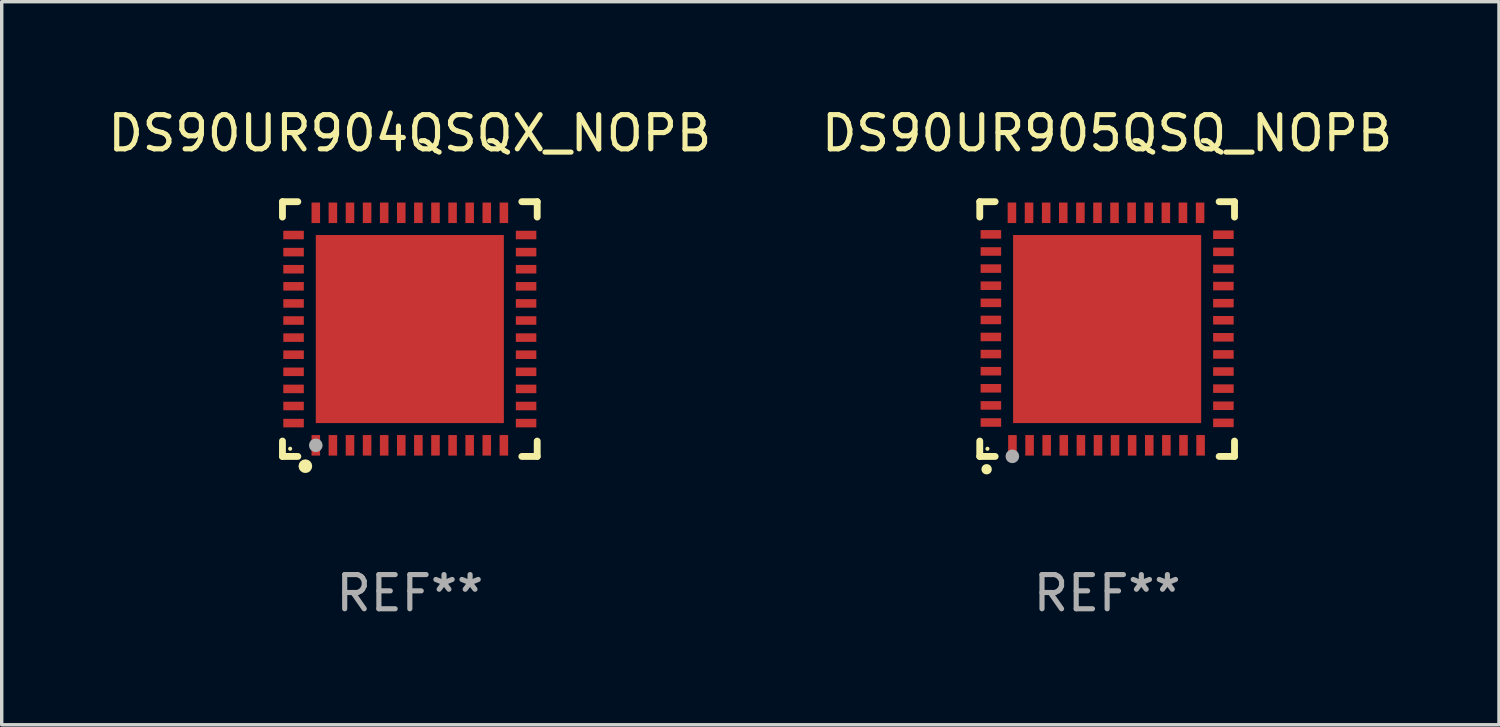
<source format=kicad_pcb>
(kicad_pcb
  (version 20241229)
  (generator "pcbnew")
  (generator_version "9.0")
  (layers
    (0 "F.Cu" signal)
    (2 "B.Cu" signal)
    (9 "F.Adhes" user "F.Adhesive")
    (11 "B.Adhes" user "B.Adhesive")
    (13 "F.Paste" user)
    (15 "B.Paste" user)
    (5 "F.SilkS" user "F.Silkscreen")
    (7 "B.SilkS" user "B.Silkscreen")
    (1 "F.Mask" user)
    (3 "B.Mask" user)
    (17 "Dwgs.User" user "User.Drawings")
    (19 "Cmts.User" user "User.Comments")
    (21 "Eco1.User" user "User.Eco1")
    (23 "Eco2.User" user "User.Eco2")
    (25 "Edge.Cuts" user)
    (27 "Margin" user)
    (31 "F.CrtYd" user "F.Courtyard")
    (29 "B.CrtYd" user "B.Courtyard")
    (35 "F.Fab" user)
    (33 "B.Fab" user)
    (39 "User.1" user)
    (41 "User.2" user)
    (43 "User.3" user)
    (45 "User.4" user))
  (footprint "DS90UR904QSQX_NOPB"
    (layer "F.Cu")
    (at 8.935 6.573)
    (property "Reference" "DS90UR904QSQX_NOPB" (at 0 -5.725 0) (layer "F.SilkS") (effects (font (size 1 1) (thickness 0.15))))
    (attr through_hole)
    (fp_line (start -3.725 -3.725) (end -3.275 -3.725) (stroke (width 0.2) (type solid)) (layer "F.SilkS"))
    (fp_line (start -3.725 -3.275) (end -3.725 -3.725) (stroke (width 0.2) (type solid)) (layer "F.SilkS"))
    (fp_line (start -3.725 3.725) (end -3.725 3.275) (stroke (width 0.2) (type solid)) (layer "F.SilkS"))
    (fp_line (start -3.275 3.725) (end -3.725 3.725) (stroke (width 0.2) (type solid)) (layer "F.SilkS"))
    (fp_line (start 3.275 3.725) (end 3.725 3.725) (stroke (width 0.2) (type solid)) (layer "F.SilkS"))
    (fp_line (start 3.725 -3.725) (end 3.275 -3.725) (stroke (width 0.2) (type solid)) (layer "F.SilkS"))
    (fp_line (start 3.725 -3.275) (end 3.725 -3.725) (stroke (width 0.2) (type solid)) (layer "F.SilkS"))
    (fp_line (start 3.725 3.725) (end 3.725 3.275) (stroke (width 0.2) (type solid)) (layer "F.SilkS"))
    (fp_circle (center -3.5 3.5) (end -3.47 3.5) (stroke (width 0.06) (type solid)) (fill no) (layer "F.SilkS"))
    (fp_circle (center -3.055 4.01) (end -2.955 4.01) (stroke (width 0.2) (type solid)) (fill no) (layer "F.SilkS"))
    (fp_circle (center -2.75 3.4) (end -2.65 3.4) (stroke (width 0.2) (type solid)) (fill no) (layer "F.Fab"))
    (fp_text user "REF**" (at 0 7.725 0) (layer "F.Fab") (effects (font (size 1 1) (thickness 0.15))))
    (pad "1" smd rect (at -2.75 3.4 180) (size 0.25 0.6) (layers "F.Cu" "F.Mask" "F.Paste"))
    (pad "2" smd rect (at -2.25 3.4 180) (size 0.25 0.6) (layers "F.Cu" "F.Mask" "F.Paste"))
    (pad "3" smd rect (at -1.75 3.4 180) (size 0.25 0.6) (layers "F.Cu" "F.Mask" "F.Paste"))
    (pad "4" smd rect (at -1.25 3.4 180) (size 0.25 0.6) (layers "F.Cu" "F.Mask" "F.Paste"))
    (pad "5" smd rect (at -0.75 3.4 180) (size 0.25 0.6) (layers "F.Cu" "F.Mask" "F.Paste"))
    (pad "6" smd rect (at -0.25 3.4 180) (size 0.25 0.6) (layers "F.Cu" "F.Mask" "F.Paste"))
    (pad "7" smd rect (at 0.25 3.4 180) (size 0.25 0.6) (layers "F.Cu" "F.Mask" "F.Paste"))
    (pad "8" smd rect (at 0.75 3.4 180) (size 0.25 0.6) (layers "F.Cu" "F.Mask" "F.Paste"))
    (pad "9" smd rect (at 1.25 3.4 180) (size 0.25 0.6) (layers "F.Cu" "F.Mask" "F.Paste"))
    (pad "10" smd rect (at 1.75 3.4 180) (size 0.25 0.6) (layers "F.Cu" "F.Mask" "F.Paste"))
    (pad "11" smd rect (at 2.25 3.4 180) (size 0.25 0.6) (layers "F.Cu" "F.Mask" "F.Paste"))
    (pad "12" smd rect (at 2.75 3.4 180) (size 0.25 0.6) (layers "F.Cu" "F.Mask" "F.Paste"))
    (pad "13" smd rect (at 3.4 2.75 90) (size 0.25 0.6) (layers "F.Cu" "F.Mask" "F.Paste"))
    (pad "14" smd rect (at 3.4 2.25 90) (size 0.25 0.6) (layers "F.Cu" "F.Mask" "F.Paste"))
    (pad "15" smd rect (at 3.4 1.75 90) (size 0.25 0.6) (layers "F.Cu" "F.Mask" "F.Paste"))
    (pad "16" smd rect (at 3.4 1.25 90) (size 0.25 0.6) (layers "F.Cu" "F.Mask" "F.Paste"))
    (pad "17" smd rect (at 3.4 0.75 90) (size 0.25 0.6) (layers "F.Cu" "F.Mask" "F.Paste"))
    (pad "18" smd rect (at 3.4 0.25 90) (size 0.25 0.6) (layers "F.Cu" "F.Mask" "F.Paste"))
    (pad "19" smd rect (at 3.4 -0.25 90) (size 0.25 0.6) (layers "F.Cu" "F.Mask" "F.Paste"))
    (pad "20" smd rect (at 3.4 -0.75 90) (size 0.25 0.6) (layers "F.Cu" "F.Mask" "F.Paste"))
    (pad "21" smd rect (at 3.4 -1.25 90) (size 0.25 0.6) (layers "F.Cu" "F.Mask" "F.Paste"))
    (pad "22" smd rect (at 3.4 -1.75 90) (size 0.25 0.6) (layers "F.Cu" "F.Mask" "F.Paste"))
    (pad "23" smd rect (at 3.4 -2.25 90) (size 0.25 0.6) (layers "F.Cu" "F.Mask" "F.Paste"))
    (pad "24" smd rect (at 3.4 -2.75 90) (size 0.25 0.6) (layers "F.Cu" "F.Mask" "F.Paste"))
    (pad "25" smd rect (at 2.75 -3.4 180) (size 0.25 0.6) (layers "F.Cu" "F.Mask" "F.Paste"))
    (pad "26" smd rect (at 2.25 -3.4 180) (size 0.25 0.6) (layers "F.Cu" "F.Mask" "F.Paste"))
    (pad "27" smd rect (at 1.75 -3.4 180) (size 0.25 0.6) (layers "F.Cu" "F.Mask" "F.Paste"))
    (pad "28" smd rect (at 1.25 -3.4 180) (size 0.25 0.6) (layers "F.Cu" "F.Mask" "F.Paste"))
    (pad "29" smd rect (at 0.75 -3.4 180) (size 0.25 0.6) (layers "F.Cu" "F.Mask" "F.Paste"))
    (pad "30" smd rect (at 0.25 -3.4 180) (size 0.25 0.6) (layers "F.Cu" "F.Mask" "F.Paste"))
    (pad "31" smd rect (at -0.25 -3.4 180) (size 0.25 0.6) (layers "F.Cu" "F.Mask" "F.Paste"))
    (pad "32" smd rect (at -0.75 -3.4 180) (size 0.25 0.6) (layers "F.Cu" "F.Mask" "F.Paste"))
    (pad "33" smd rect (at -1.25 -3.4 180) (size 0.25 0.6) (layers "F.Cu" "F.Mask" "F.Paste"))
    (pad "34" smd rect (at -1.75 -3.4 180) (size 0.25 0.6) (layers "F.Cu" "F.Mask" "F.Paste"))
    (pad "35" smd rect (at -2.25 -3.4 180) (size 0.25 0.6) (layers "F.Cu" "F.Mask" "F.Paste"))
    (pad "36" smd rect (at -2.75 -3.4 180) (size 0.25 0.6) (layers "F.Cu" "F.Mask" "F.Paste"))
    (pad "37" smd rect (at -3.4 -2.75 90) (size 0.25 0.6) (layers "F.Cu" "F.Mask" "F.Paste"))
    (pad "38" smd rect (at -3.4 -2.25 90) (size 0.25 0.6) (layers "F.Cu" "F.Mask" "F.Paste"))
    (pad "39" smd rect (at -3.4 -1.75 90) (size 0.25 0.6) (layers "F.Cu" "F.Mask" "F.Paste"))
    (pad "40" smd rect (at -3.4 -1.25 90) (size 0.25 0.6) (layers "F.Cu" "F.Mask" "F.Paste"))
    (pad "41" smd rect (at -3.4 -0.75 90) (size 0.25 0.6) (layers "F.Cu" "F.Mask" "F.Paste"))
    (pad "42" smd rect (at -3.4 -0.25 90) (size 0.25 0.6) (layers "F.Cu" "F.Mask" "F.Paste"))
    (pad "43" smd rect (at -3.4 0.25 90) (size 0.25 0.6) (layers "F.Cu" "F.Mask" "F.Paste"))
    (pad "44" smd rect (at -3.4 0.75 90) (size 0.25 0.6) (layers "F.Cu" "F.Mask" "F.Paste"))
    (pad "45" smd rect (at -3.4 1.25 90) (size 0.25 0.6) (layers "F.Cu" "F.Mask" "F.Paste"))
    (pad "46" smd rect (at -3.4 1.75 90) (size 0.25 0.6) (layers "F.Cu" "F.Mask" "F.Paste"))
    (pad "47" smd rect (at -3.4 2.25 90) (size 0.25 0.6) (layers "F.Cu" "F.Mask" "F.Paste"))
    (pad "48" smd rect (at -3.4 2.75 90) (size 0.25 0.6) (layers "F.Cu" "F.Mask" "F.Paste"))
    (pad "49" smd rect (at -0.000076 -0.000076 90) (size 5.5 5.5) (layers "F.Cu" "F.Mask" "F.Paste")))
  (footprint "DS90UR905QSQ_NOPB"
    (layer "F.Cu")
    (at 29.327 6.573)
    (property "Reference" "DS90UR905QSQ_NOPB" (at 0 -5.725 0) (layer "F.SilkS") (effects (font (size 1 1) (thickness 0.15))))
    (attr through_hole)
    (fp_line (start -3.725 -3.725) (end -3.275 -3.725) (stroke (width 0.2) (type solid)) (layer "F.SilkS"))
    (fp_line (start -3.725 -3.275) (end -3.725 -3.725) (stroke (width 0.2) (type solid)) (layer "F.SilkS"))
    (fp_line (start -3.725 3.725) (end -3.725 3.275) (stroke (width 0.2) (type solid)) (layer "F.SilkS"))
    (fp_line (start -3.275 3.725) (end -3.725 3.725) (stroke (width 0.2) (type solid)) (layer "F.SilkS"))
    (fp_line (start 3.275 3.725) (end 3.725 3.725) (stroke (width 0.2) (type solid)) (layer "F.SilkS"))
    (fp_line (start 3.725 -3.725) (end 3.275 -3.725) (stroke (width 0.2) (type solid)) (layer "F.SilkS"))
    (fp_line (start 3.725 -3.275) (end 3.725 -3.725) (stroke (width 0.2) (type solid)) (layer "F.SilkS"))
    (fp_line (start 3.725 3.725) (end 3.725 3.275) (stroke (width 0.2) (type solid)) (layer "F.SilkS"))
    (fp_arc (start -3.525527 4.099568) (mid -3.524257 4.099563) (end -3.522987 4.099568) (stroke (width 0.3) (type solid)) (layer "F.SilkS"))
    (fp_circle (center -3.5 3.501) (end -3.47 3.501) (stroke (width 0.06) (type solid)) (fill no) (layer "F.SilkS"))
    (fp_circle (center -2.772 3.722) (end -2.672 3.722) (stroke (width 0.2) (type solid)) (fill no) (layer "F.Fab"))
    (fp_text user "REF**" (at 0 7.725 0) (layer "F.Fab") (effects (font (size 1 1) (thickness 0.15))))
    (pad "1" smd rect (at -2.769 3.4 180) (size 0.25 0.6) (layers "F.Cu" "F.Mask" "F.Paste"))
    (pad "2" smd rect (at -2.268 3.4 180) (size 0.25 0.6) (layers "F.Cu" "F.Mask" "F.Paste"))
    (pad "3" smd rect (at -1.768 3.4 180) (size 0.25 0.6) (layers "F.Cu" "F.Mask" "F.Paste"))
    (pad "4" smd rect (at -1.268 3.4 180) (size 0.25 0.6) (layers "F.Cu" "F.Mask" "F.Paste"))
    (pad "5" smd rect (at -0.767 3.4 180) (size 0.25 0.6) (layers "F.Cu" "F.Mask" "F.Paste"))
    (pad "6" smd rect (at -0.267 3.4 180) (size 0.25 0.6) (layers "F.Cu" "F.Mask" "F.Paste"))
    (pad "7" smd rect (at 0.231 3.4 180) (size 0.25 0.6) (layers "F.Cu" "F.Mask" "F.Paste"))
    (pad "8" smd rect (at 0.731 3.4 180) (size 0.25 0.6) (layers "F.Cu" "F.Mask" "F.Paste"))
    (pad "9" smd rect (at 1.232 3.4 180) (size 0.25 0.6) (layers "F.Cu" "F.Mask" "F.Paste"))
    (pad "10" smd rect (at 1.732 3.4 180) (size 0.25 0.6) (layers "F.Cu" "F.Mask" "F.Paste"))
    (pad "11" smd rect (at 2.233 3.4 180) (size 0.25 0.6) (layers "F.Cu" "F.Mask" "F.Paste"))
    (pad "12" smd rect (at 2.733 3.4 180) (size 0.25 0.6) (layers "F.Cu" "F.Mask" "F.Paste"))
    (pad "13" smd rect (at 3.4 2.743 90) (size 0.25 0.6) (layers "F.Cu" "F.Mask" "F.Paste"))
    (pad "14" smd rect (at 3.4 2.243 90) (size 0.25 0.6) (layers "F.Cu" "F.Mask" "F.Paste"))
    (pad "15" smd rect (at 3.4 1.742 90) (size 0.25 0.6) (layers "F.Cu" "F.Mask" "F.Paste"))
    (pad "16" smd rect (at 3.4 1.242 90) (size 0.25 0.6) (layers "F.Cu" "F.Mask" "F.Paste"))
    (pad "17" smd rect (at 3.4 0.742 90) (size 0.25 0.6) (layers "F.Cu" "F.Mask" "F.Paste"))
    (pad "18" smd rect (at 3.4 0.241 90) (size 0.25 0.6) (layers "F.Cu" "F.Mask" "F.Paste"))
    (pad "19" smd rect (at 3.4 -0.257 90) (size 0.25 0.6) (layers "F.Cu" "F.Mask" "F.Paste"))
    (pad "20" smd rect (at 3.4 -0.757 90) (size 0.25 0.6) (layers "F.Cu" "F.Mask" "F.Paste"))
    (pad "21" smd rect (at 3.4 -1.257 90) (size 0.25 0.6) (layers "F.Cu" "F.Mask" "F.Paste"))
    (pad "22" smd rect (at 3.4 -1.758 90) (size 0.25 0.6) (layers "F.Cu" "F.Mask" "F.Paste"))
    (pad "23" smd rect (at 3.4 -2.258 90) (size 0.25 0.6) (layers "F.Cu" "F.Mask" "F.Paste"))
    (pad "24" smd rect (at 3.4 -2.759 90) (size 0.25 0.6) (layers "F.Cu" "F.Mask" "F.Paste"))
    (pad "25" smd rect (at 2.718 -3.4 180) (size 0.25 0.6) (layers "F.Cu" "F.Mask" "F.Paste"))
    (pad "26" smd rect (at 2.217 -3.4 180) (size 0.25 0.6) (layers "F.Cu" "F.Mask" "F.Paste"))
    (pad "27" smd rect (at 1.717 -3.4 180) (size 0.25 0.6) (layers "F.Cu" "F.Mask" "F.Paste"))
    (pad "28" smd rect (at 1.217 -3.4 180) (size 0.25 0.6) (layers "F.Cu" "F.Mask" "F.Paste"))
    (pad "29" smd rect (at 0.716 -3.4 180) (size 0.25 0.6) (layers "F.Cu" "F.Mask" "F.Paste"))
    (pad "30" smd rect (at 0.216 -3.4 180) (size 0.25 0.6) (layers "F.Cu" "F.Mask" "F.Paste"))
    (pad "31" smd rect (at -0.282 -3.4 180) (size 0.25 0.6) (layers "F.Cu" "F.Mask" "F.Paste"))
    (pad "32" smd rect (at -0.782 -3.4 180) (size 0.25 0.6) (layers "F.Cu" "F.Mask" "F.Paste"))
    (pad "33" smd rect (at -1.283 -3.4 180) (size 0.25 0.6) (layers "F.Cu" "F.Mask" "F.Paste"))
    (pad "34" smd rect (at -1.783 -3.4 180) (size 0.25 0.6) (layers "F.Cu" "F.Mask" "F.Paste"))
    (pad "35" smd rect (at -2.284 -3.4 180) (size 0.25 0.6) (layers "F.Cu" "F.Mask" "F.Paste"))
    (pad "36" smd rect (at -2.784 -3.4 180) (size 0.25 0.6) (layers "F.Cu" "F.Mask" "F.Paste"))
    (pad "37" smd rect (at -3.4 -2.769 90) (size 0.25 0.6) (layers "F.Cu" "F.Mask" "F.Paste"))
    (pad "38" smd rect (at -3.4 -2.268 90) (size 0.25 0.6) (layers "F.Cu" "F.Mask" "F.Paste"))
    (pad "39" smd rect (at -3.4 -1.768 90) (size 0.25 0.6) (layers "F.Cu" "F.Mask" "F.Paste"))
    (pad "40" smd rect (at -3.4 -1.268 90) (size 0.25 0.6) (layers "F.Cu" "F.Mask" "F.Paste"))
    (pad "41" smd rect (at -3.4 -0.767 90) (size 0.25 0.6) (layers "F.Cu" "F.Mask" "F.Paste"))
    (pad "42" smd rect (at -3.4 -0.267 90) (size 0.25 0.6) (layers "F.Cu" "F.Mask" "F.Paste"))
    (pad "43" smd rect (at -3.4 0.231 90) (size 0.25 0.6) (layers "F.Cu" "F.Mask" "F.Paste"))
    (pad "44" smd rect (at -3.4 0.731 90) (size 0.25 0.6) (layers "F.Cu" "F.Mask" "F.Paste"))
    (pad "45" smd rect (at -3.4 1.232 90) (size 0.25 0.6) (layers "F.Cu" "F.Mask" "F.Paste"))
    (pad "46" smd rect (at -3.4 1.732 90) (size 0.25 0.6) (layers "F.Cu" "F.Mask" "F.Paste"))
    (pad "47" smd rect (at -3.4 2.233 90) (size 0.25 0.6) (layers "F.Cu" "F.Mask" "F.Paste"))
    (pad "48" smd rect (at -3.4 2.733 90) (size 0.25 0.6) (layers "F.Cu" "F.Mask" "F.Paste"))
    (pad "49" smd rect (at -0.000076 -0.000076 90) (size 5.5 5.5) (layers "F.Cu" "F.Mask" "F.Paste")))
  (gr_rect
    (start -3 -3)
    (end 40.786 18.146)
    (stroke (width 0.1) (type default))
    (fill no)
    (layer "Edge.Cuts")))
</source>
